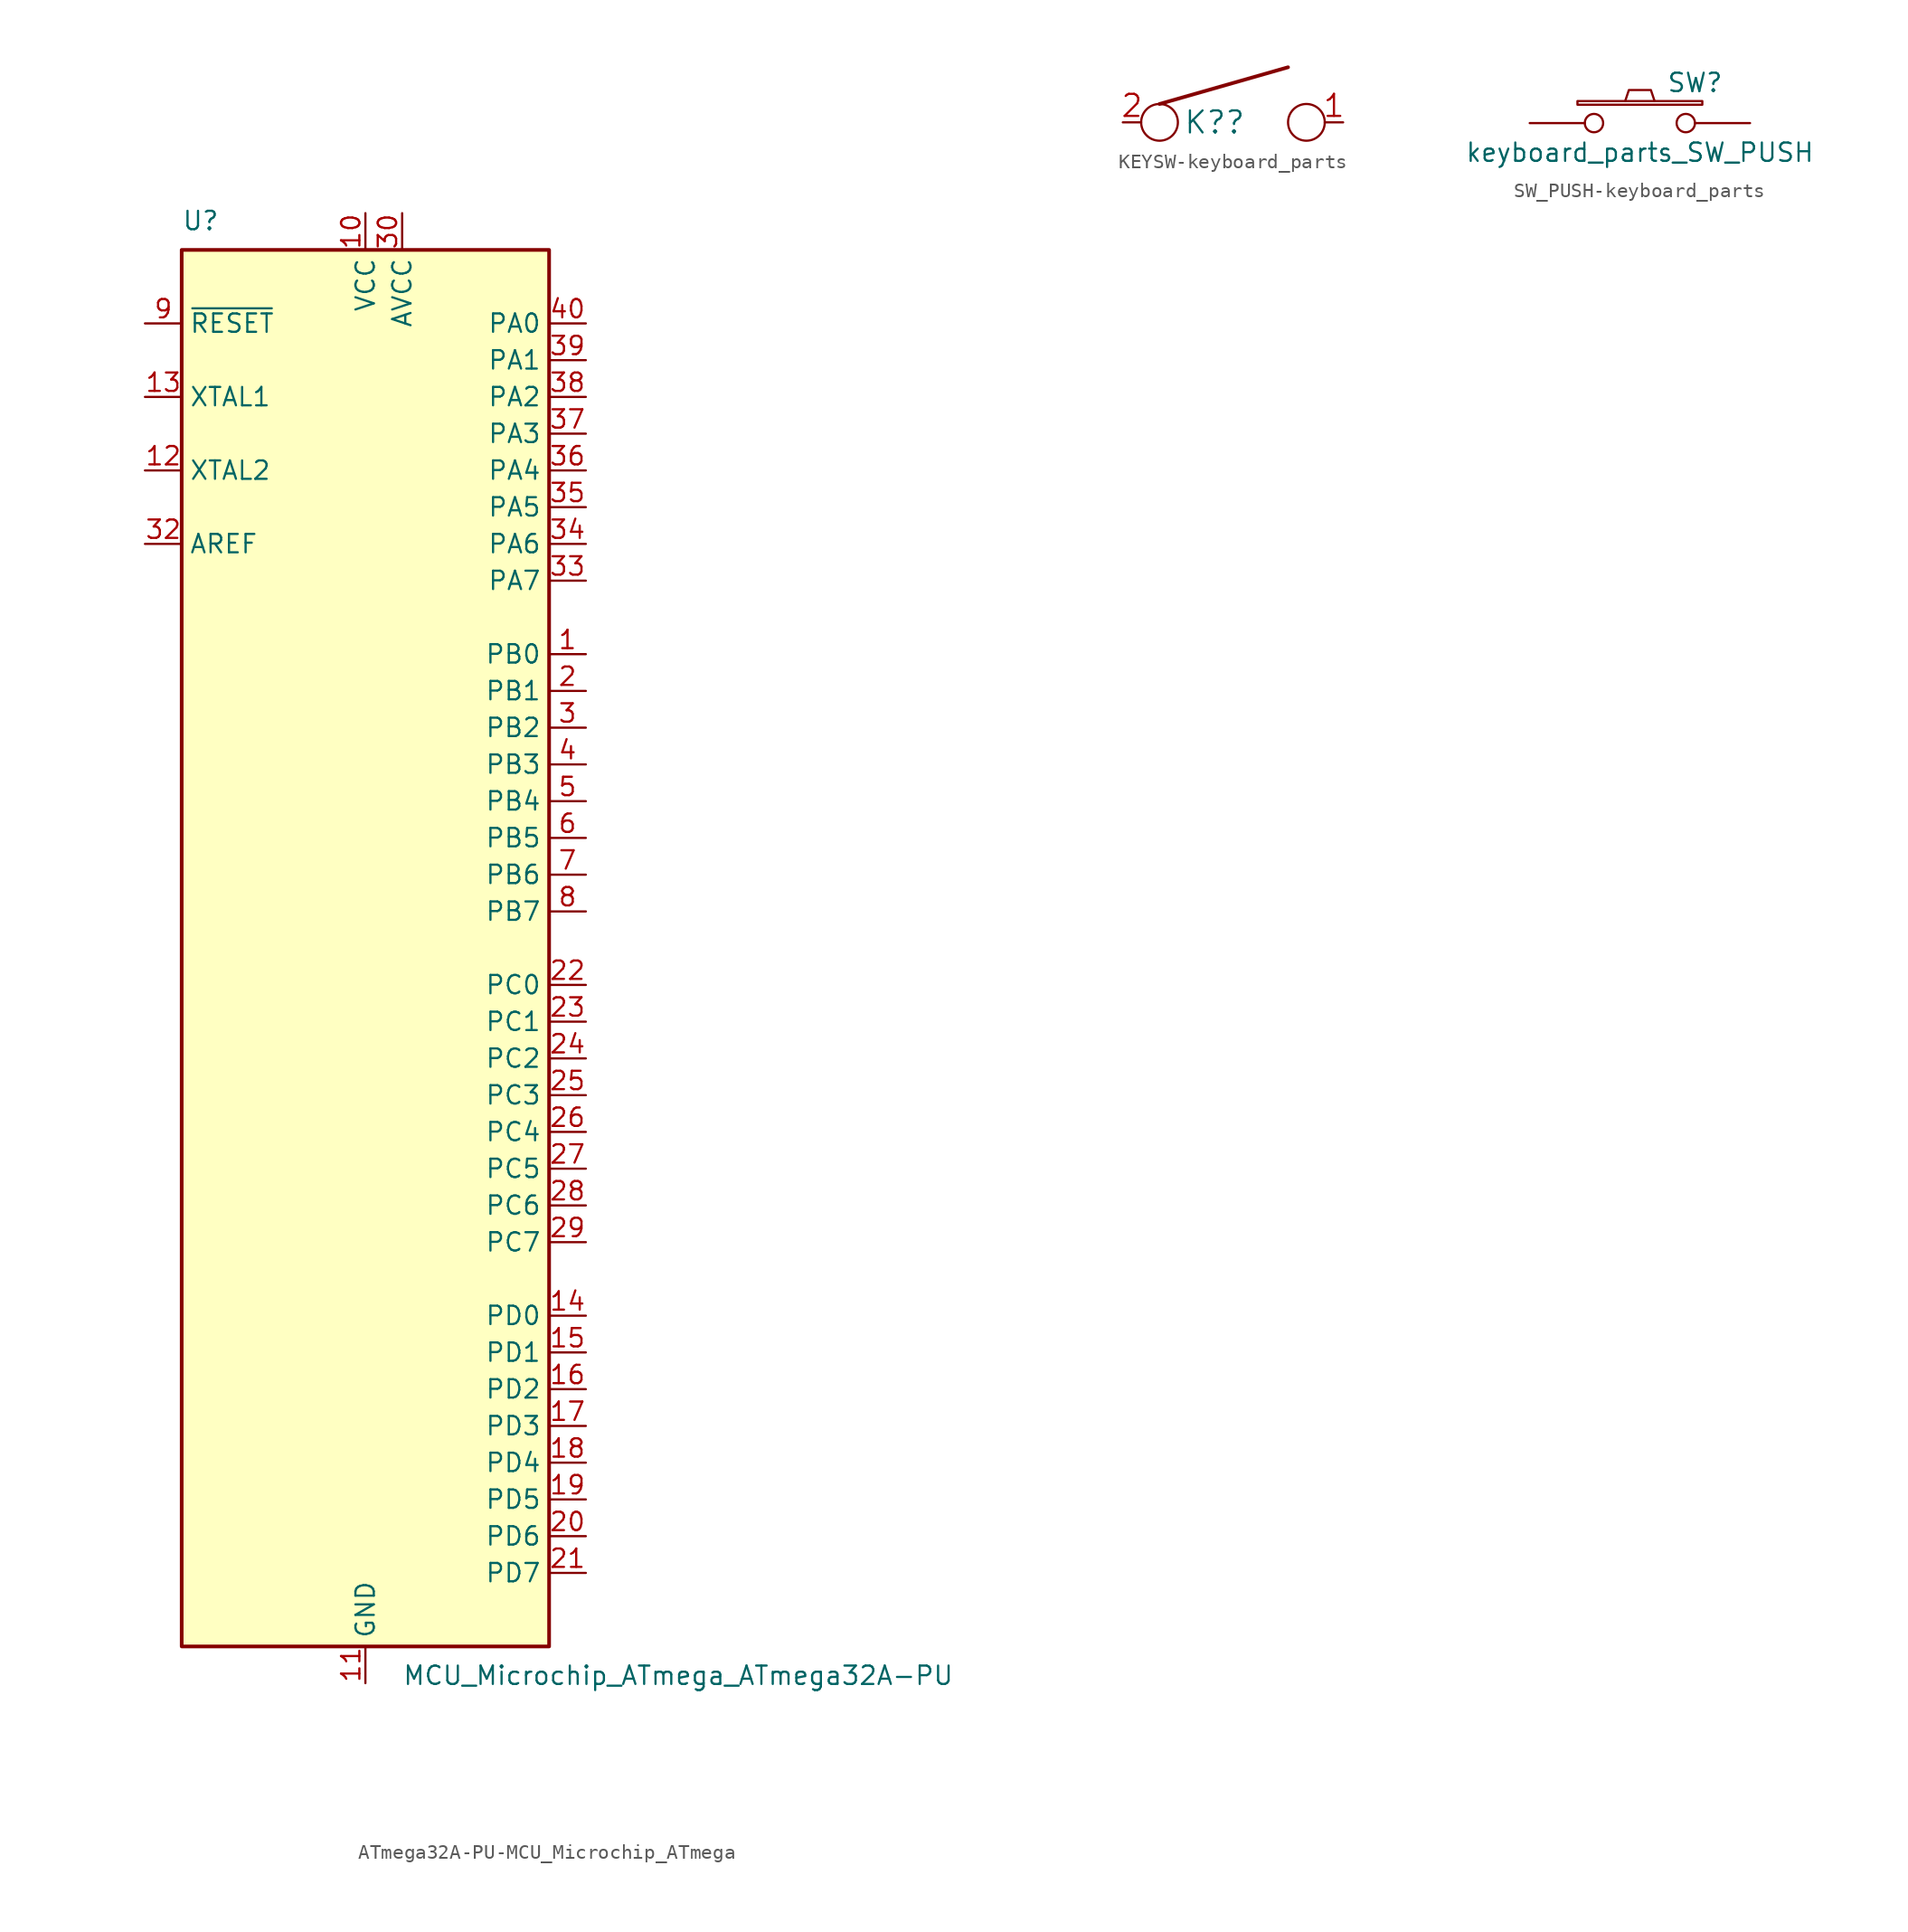
<source format=kicad_sym>
(kicad_symbol_lib
  (version 20241209)
  (generator "kicad_symbol_editor")
  (generator_version "9.0")
  (symbol "ATmega32A-PU-MCU_Microchip_ATmega"
    (property "Reference" "U"
      (at -12.7 49.53 0)
      (effects (font (size 1.27 1.27)) (justify left bottom)))
    (property "Value" "MCU_Microchip_ATmega_ATmega32A-PU"
      (at 2.54 -49.53 0)
      (effects (font (size 1.27 1.27)) (justify left top)))
    (symbol "ATmega32A-PU-MCU_Microchip_ATmega_0_1"
      (rectangle (start -12.7 -48.26) (end 12.7 48.26) (stroke (width 0.254) (type solid)) (fill (type background))))
    (symbol "ATmega32A-PU-MCU_Microchip_ATmega_1_1"
      (pin input line (at -15.24 43.18 0) (length 2.54) (name "~{RESET}" (effects (font (size 1.27 1.27)))) (number "9" (effects (font (size 1.27 1.27)))))
      (pin input line (at -15.24 38.1 0) (length 2.54) (name "XTAL1" (effects (font (size 1.27 1.27)))) (number "13" (effects (font (size 1.27 1.27)))))
      (pin output line (at -15.24 33.02 0) (length 2.54) (name "XTAL2" (effects (font (size 1.27 1.27)))) (number "12" (effects (font (size 1.27 1.27)))))
      (pin passive line (at -15.24 27.94 0) (length 2.54) (name "AREF" (effects (font (size 1.27 1.27)))) (number "32" (effects (font (size 1.27 1.27)))))
      (pin power_in line (at 0 50.8 270) (length 2.54) (name "VCC" (effects (font (size 1.27 1.27)))) (number "10" (effects (font (size 1.27 1.27)))))
      (pin power_in line (at 0 -50.8 90) (length 2.54) (name "GND" (effects (font (size 1.27 1.27)))) (number "11" (effects (font (size 1.27 1.27)))))
      (pin passive line (at 0 -50.8 90) (length 2.54) (hide yes) (name "GND" (effects (font (size 1.27 1.27)))) (number "31" (effects (font (size 1.27 1.27)))))
      (pin power_in line (at 2.54 50.8 270) (length 2.54) (name "AVCC" (effects (font (size 1.27 1.27)))) (number "30" (effects (font (size 1.27 1.27)))))
      (pin tri_state line (at 15.24 43.18 180) (length 2.54) (name "PA0" (effects (font (size 1.27 1.27)))) (number "40" (effects (font (size 1.27 1.27)))))
      (pin tri_state line (at 15.24 40.64 180) (length 2.54) (name "PA1" (effects (font (size 1.27 1.27)))) (number "39" (effects (font (size 1.27 1.27)))))
      (pin tri_state line (at 15.24 38.1 180) (length 2.54) (name "PA2" (effects (font (size 1.27 1.27)))) (number "38" (effects (font (size 1.27 1.27)))))
      (pin tri_state line (at 15.24 35.56 180) (length 2.54) (name "PA3" (effects (font (size 1.27 1.27)))) (number "37" (effects (font (size 1.27 1.27)))))
      (pin tri_state line (at 15.24 33.02 180) (length 2.54) (name "PA4" (effects (font (size 1.27 1.27)))) (number "36" (effects (font (size 1.27 1.27)))))
      (pin tri_state line (at 15.24 30.48 180) (length 2.54) (name "PA5" (effects (font (size 1.27 1.27)))) (number "35" (effects (font (size 1.27 1.27)))))
      (pin tri_state line (at 15.24 27.94 180) (length 2.54) (name "PA6" (effects (font (size 1.27 1.27)))) (number "34" (effects (font (size 1.27 1.27)))))
      (pin tri_state line (at 15.24 25.4 180) (length 2.54) (name "PA7" (effects (font (size 1.27 1.27)))) (number "33" (effects (font (size 1.27 1.27)))))
      (pin tri_state line (at 15.24 20.32 180) (length 2.54) (name "PB0" (effects (font (size 1.27 1.27)))) (number "1" (effects (font (size 1.27 1.27)))))
      (pin tri_state line (at 15.24 17.78 180) (length 2.54) (name "PB1" (effects (font (size 1.27 1.27)))) (number "2" (effects (font (size 1.27 1.27)))))
      (pin tri_state line (at 15.24 15.24 180) (length 2.54) (name "PB2" (effects (font (size 1.27 1.27)))) (number "3" (effects (font (size 1.27 1.27)))))
      (pin tri_state line (at 15.24 12.7 180) (length 2.54) (name "PB3" (effects (font (size 1.27 1.27)))) (number "4" (effects (font (size 1.27 1.27)))))
      (pin tri_state line (at 15.24 10.16 180) (length 2.54) (name "PB4" (effects (font (size 1.27 1.27)))) (number "5" (effects (font (size 1.27 1.27)))))
      (pin tri_state line (at 15.24 7.62 180) (length 2.54) (name "PB5" (effects (font (size 1.27 1.27)))) (number "6" (effects (font (size 1.27 1.27)))))
      (pin tri_state line (at 15.24 5.08 180) (length 2.54) (name "PB6" (effects (font (size 1.27 1.27)))) (number "7" (effects (font (size 1.27 1.27)))))
      (pin tri_state line (at 15.24 2.54 180) (length 2.54) (name "PB7" (effects (font (size 1.27 1.27)))) (number "8" (effects (font (size 1.27 1.27)))))
      (pin tri_state line (at 15.24 -2.54 180) (length 2.54) (name "PC0" (effects (font (size 1.27 1.27)))) (number "22" (effects (font (size 1.27 1.27)))))
      (pin tri_state line (at 15.24 -5.08 180) (length 2.54) (name "PC1" (effects (font (size 1.27 1.27)))) (number "23" (effects (font (size 1.27 1.27)))))
      (pin tri_state line (at 15.24 -7.62 180) (length 2.54) (name "PC2" (effects (font (size 1.27 1.27)))) (number "24" (effects (font (size 1.27 1.27)))))
      (pin tri_state line (at 15.24 -10.16 180) (length 2.54) (name "PC3" (effects (font (size 1.27 1.27)))) (number "25" (effects (font (size 1.27 1.27)))))
      (pin tri_state line (at 15.24 -12.7 180) (length 2.54) (name "PC4" (effects (font (size 1.27 1.27)))) (number "26" (effects (font (size 1.27 1.27)))))
      (pin tri_state line (at 15.24 -15.24 180) (length 2.54) (name "PC5" (effects (font (size 1.27 1.27)))) (number "27" (effects (font (size 1.27 1.27)))))
      (pin tri_state line (at 15.24 -17.78 180) (length 2.54) (name "PC6" (effects (font (size 1.27 1.27)))) (number "28" (effects (font (size 1.27 1.27)))))
      (pin tri_state line (at 15.24 -20.32 180) (length 2.54) (name "PC7" (effects (font (size 1.27 1.27)))) (number "29" (effects (font (size 1.27 1.27)))))
      (pin tri_state line (at 15.24 -25.4 180) (length 2.54) (name "PD0" (effects (font (size 1.27 1.27)))) (number "14" (effects (font (size 1.27 1.27)))))
      (pin tri_state line (at 15.24 -27.94 180) (length 2.54) (name "PD1" (effects (font (size 1.27 1.27)))) (number "15" (effects (font (size 1.27 1.27)))))
      (pin tri_state line (at 15.24 -30.48 180) (length 2.54) (name "PD2" (effects (font (size 1.27 1.27)))) (number "16" (effects (font (size 1.27 1.27)))))
      (pin tri_state line (at 15.24 -33.02 180) (length 2.54) (name "PD3" (effects (font (size 1.27 1.27)))) (number "17" (effects (font (size 1.27 1.27)))))
      (pin tri_state line (at 15.24 -35.56 180) (length 2.54) (name "PD4" (effects (font (size 1.27 1.27)))) (number "18" (effects (font (size 1.27 1.27)))))
      (pin tri_state line (at 15.24 -38.1 180) (length 2.54) (name "PD5" (effects (font (size 1.27 1.27)))) (number "19" (effects (font (size 1.27 1.27)))))
      (pin tri_state line (at 15.24 -40.64 180) (length 2.54) (name "PD6" (effects (font (size 1.27 1.27)))) (number "20" (effects (font (size 1.27 1.27)))))
      (pin tri_state line (at 15.24 -43.18 180) (length 2.54) (name "PD7" (effects (font (size 1.27 1.27)))) (number "21" (effects (font (size 1.27 1.27)))))))
  (symbol "KEYSW-keyboard_parts"
    (pin_names
      (offset 1.016))
    (property "Reference" "K?"
      (at -1.27 0 0)
      (effects (font (size 1.524 1.524))))
    (property "Footprint" ""
      (at 0 0 0)
      (effects (font (size 1.524 1.524))))
    (property "Datasheet" ""
      (at 0 0 0)
      (effects (font (size 1.524 1.524))))
    (symbol "KEYSW-keyboard_parts_0_1"
      (polyline (pts (xy -5.08 1.27) (xy 3.81 3.81)) (stroke (width 0.254) (type solid)) (fill (type none)))
      (circle (center -5.08 0) (radius 1.27) (stroke (width 0) (type solid)) (fill (type none)))
      (circle (center 5.08 0) (radius 1.27) (stroke (width 0) (type solid)) (fill (type none))))
    (symbol "KEYSW-keyboard_parts_1_1"
      (pin passive line (at -7.62 0 0) (length 1.27) (name "~" (effects (font (size 1.524 1.524)))) (number "2" (effects (font (size 1.524 1.524)))))
      (pin passive line (at 7.62 0 180) (length 1.27) (name "~" (effects (font (size 1.524 1.524)))) (number "1" (effects (font (size 1.524 1.524)))))))
  (symbol "SW_PUSH-keyboard_parts"
    (pin_numbers
      (hide yes))
    (pin_names
      (offset 1.016)
      (hide yes))
    (property "Reference" "SW"
      (at 3.81 2.794 0)
      (effects (font (size 1.27 1.27))))
    (property "Value" "keyboard_parts_SW_PUSH"
      (at 0 -2.032 0)
      (effects (font (size 1.27 1.27))))
    (property "Footprint" ""
      (at 0 0 0)
      (effects (font (size 1.524 1.524))))
    (property "Datasheet" ""
      (at 0 0 0)
      (effects (font (size 1.524 1.524))))
    (symbol "SW_PUSH-keyboard_parts_0_1"
      (rectangle (start -4.318 1.27) (end 4.318 1.524) (stroke (width 0) (type solid)) (fill (type none)))
      (polyline (pts (xy -1.016 1.524) (xy -0.762 2.286) (xy 0.762 2.286) (xy 1.016 1.524)) (stroke (width 0) (type solid)) (fill (type none)))
      (pin passive inverted (at -7.62 0 0) (length 5.08) (name "1" (effects (font (size 1.524 1.524)))) (number "1" (effects (font (size 1.524 1.524)))))
      (pin passive inverted (at 7.62 0 180) (length 5.08) (name "2" (effects (font (size 1.524 1.524)))) (number "2" (effects (font (size 1.524 1.524))))))))
</source>
